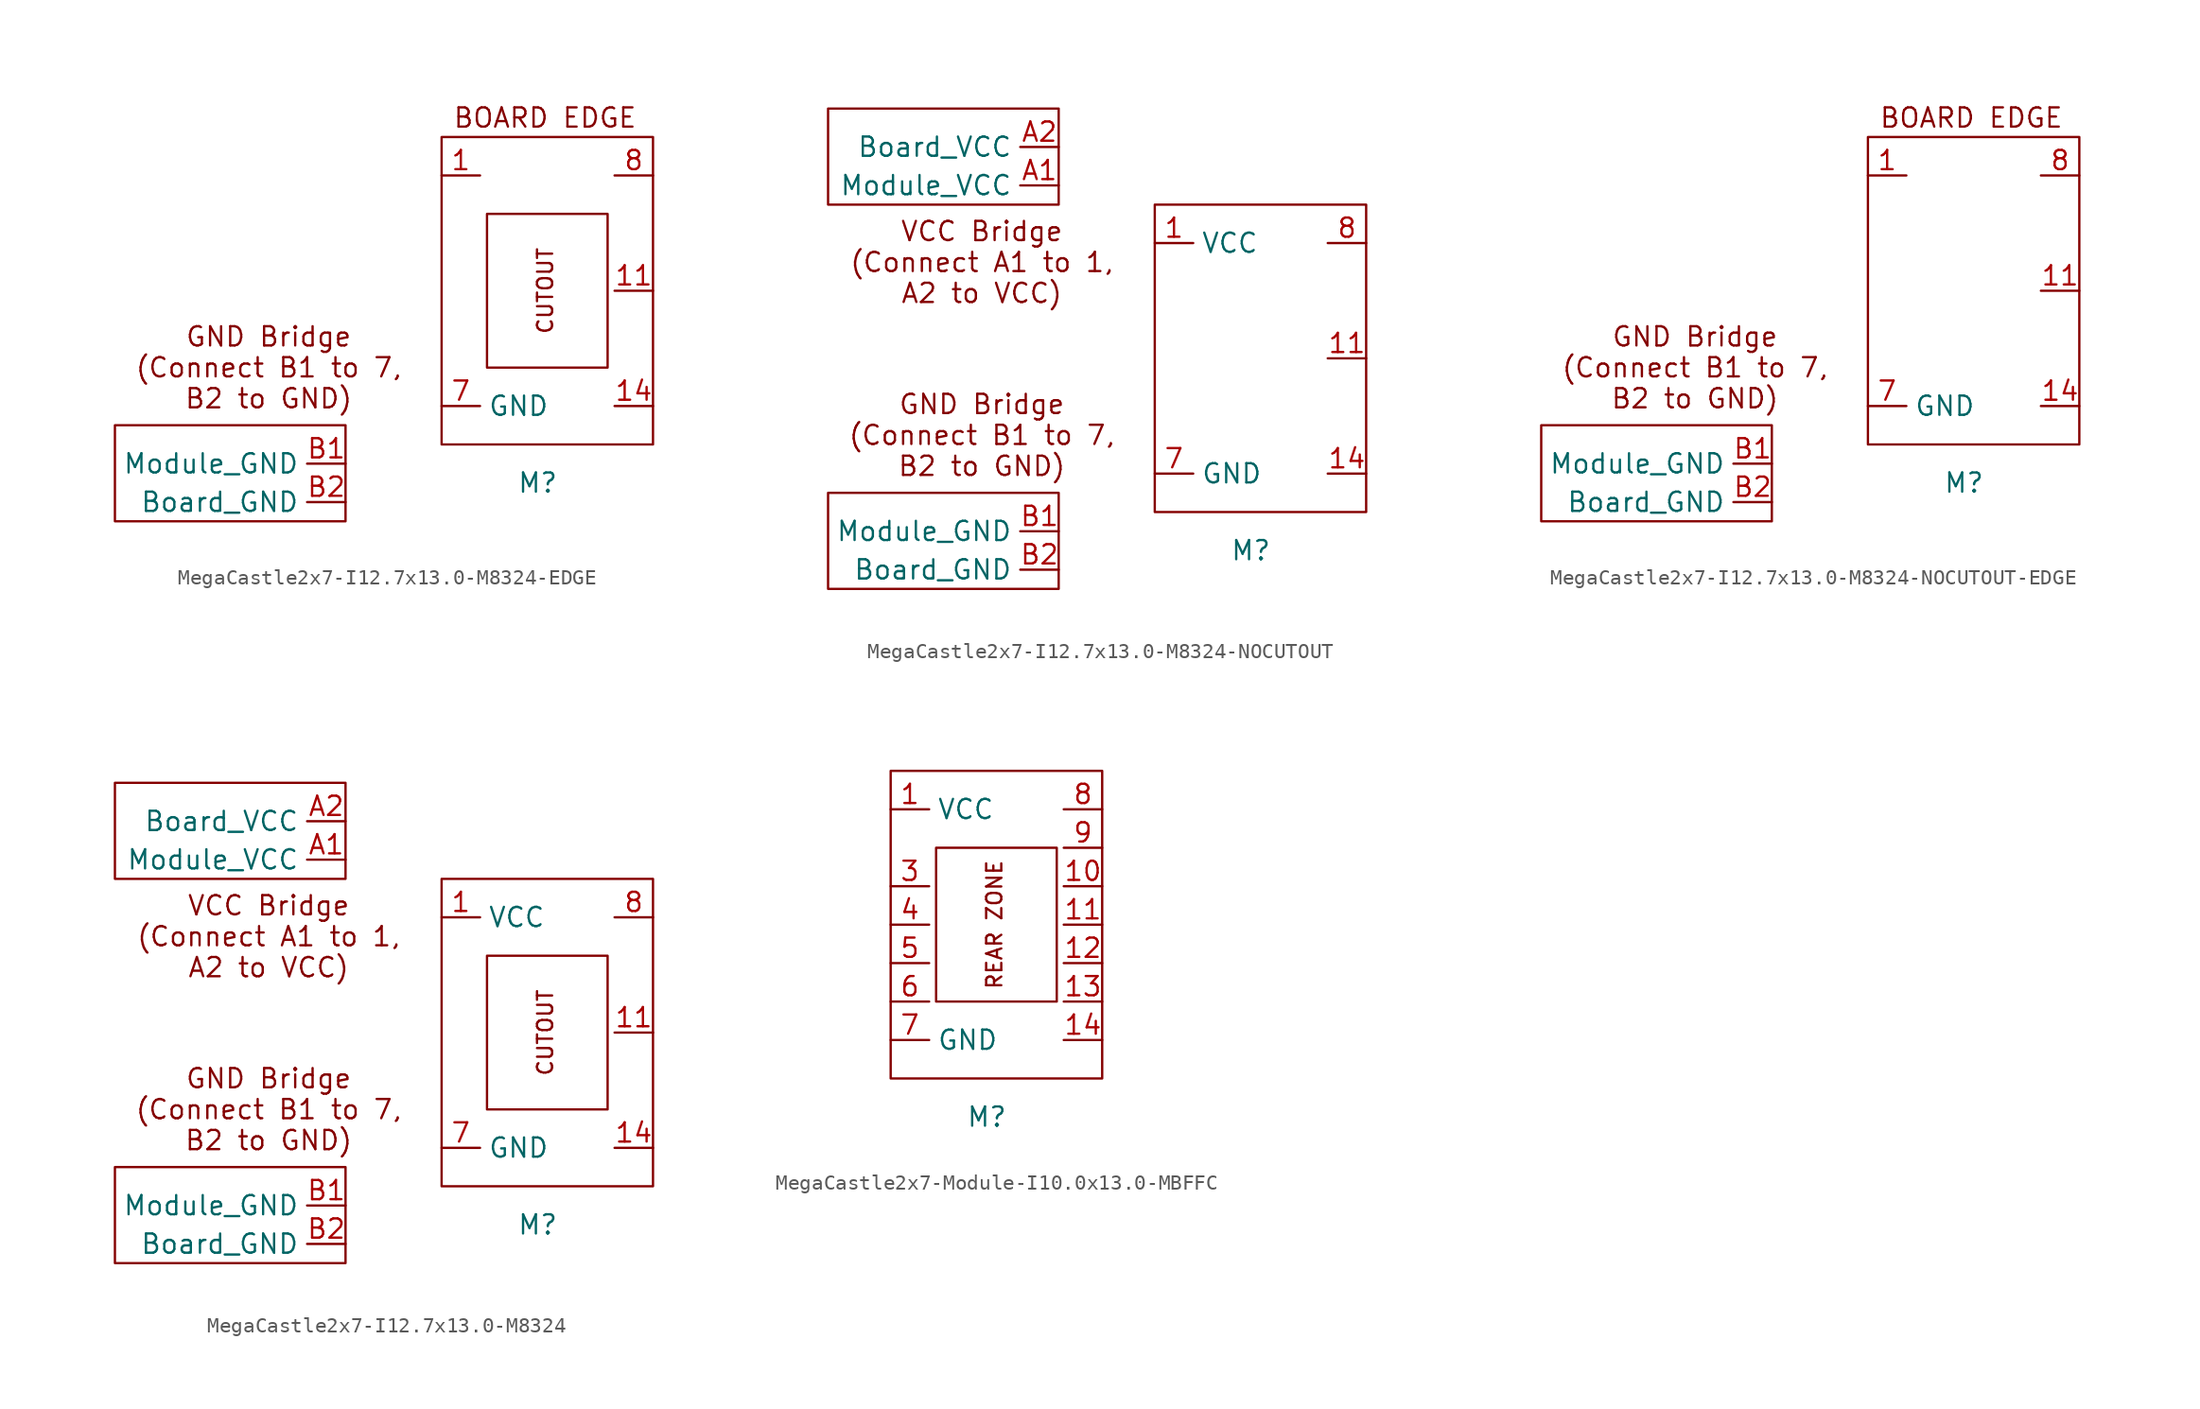
<source format=kicad_sym>
(kicad_symbol_lib
  (version 20231120)
  (generator "kicad_symbol_editor")
  (generator_version "8.0")
  (symbol "MegaCastle2x7-I12.7x13.0-M8324-EDGE"
    (property "Reference" "M"
      (at 0 -12.7 0)
      (effects (font (size 1.27 1.27))))
    (property "Value" ""
      (at 0 5.08 0)
      (effects (font (size 1.27 1.27))))
    (symbol "MegaCastle2x7-I12.7x13.0-M8324-EDGE_0_1"
      (rectangle (start -27.94 -8.89) (end -12.7 -15.24) (stroke (width 0) (type default)) (fill (type none)))
      (rectangle (start -6.35 10.16) (end 7.62 -10.16) (stroke (width 0) (type default)) (fill (type none)))
      (rectangle (start -3.35 5.08) (end 4.62 -5.08) (stroke (width 0) (type default)) (fill (type none))))
    (symbol "MegaCastle2x7-I12.7x13.0-M8324-EDGE_1_1"
      (text "GND Bridge\n(Connect B1 to 7,\nB2 to GND)" (at -17.78 -5.08 0) (effects (font (size 1.27 1.27))))
      (text " BOARD EDGE" (at 0 11.43 0) (effects (font (size 1.27 1.27))))
      (text "CUTOUT" (at 0.5 0 900) (effects (font (size 1 1))))
      (pin bidirectional line (at -6.35 7.62 0) (length 2.54) (name "" (effects (font (size 1.27 1.27)))) (number "1" (effects (font (size 1.27 1.27)))))
      (pin bidirectional line (at -6.35 -7.62 0) (length 2.54) (name "GND" (effects (font (size 1.27 1.27)))) (number "7" (effects (font (size 1.27 1.27)))))
      (pin bidirectional line (at 7.62 7.62 180) (length 2.54) (name "" (effects (font (size 1.27 1.27)))) (number "8" (effects (font (size 1.27 1.27)))))
      (pin bidirectional line (at 7.62 0 180) (length 2.54) (name "" (effects (font (size 1.27 1.27)))) (number "11" (effects (font (size 1.27 1.27)))))
      (pin bidirectional line (at 7.62 -7.62 180) (length 2.54) (name "" (effects (font (size 1.27 1.27)))) (number "14" (effects (font (size 1.27 1.27)))))
      (pin bidirectional line (at -12.7 -11.43 180) (length 2.54) (name "Module_GND" (effects (font (size 1.27 1.27)))) (number "B1" (effects (font (size 1.27 1.27)))))
      (pin bidirectional line (at -12.7 -13.97 180) (length 2.54) (name "Board_GND" (effects (font (size 1.27 1.27)))) (number "B2" (effects (font (size 1.27 1.27)))))))
  (symbol "MegaCastle2x7-I12.7x13.0-M8324-NOCUTOUT"
    (property "Reference" "M"
      (at 0 -12.7 0)
      (effects (font (size 1.27 1.27))))
    (property "Value" ""
      (at 0 5.08 0)
      (effects (font (size 1.27 1.27))))
    (symbol "MegaCastle2x7-I12.7x13.0-M8324-NOCUTOUT_0_1"
      (rectangle (start -27.94 16.51) (end -12.7 10.16) (stroke (width 0) (type default)) (fill (type none)))
      (rectangle (start -27.94 -8.89) (end -12.7 -15.24) (stroke (width 0) (type default)) (fill (type none)))
      (rectangle (start -6.35 10.16) (end 7.62 -10.16) (stroke (width 0) (type default)) (fill (type none))))
    (symbol "MegaCastle2x7-I12.7x13.0-M8324-NOCUTOUT_1_1"
      (text "GND Bridge\n(Connect B1 to 7,\nB2 to GND)" (at -17.78 -5.08 0) (effects (font (size 1.27 1.27))))
      (text "VCC Bridge\n(Connect A1 to 1,\nA2 to VCC)" (at -17.78 6.35 0) (effects (font (size 1.27 1.27))))
      (pin bidirectional line (at -6.35 7.62 0) (length 2.54) (name "VCC" (effects (font (size 1.27 1.27)))) (number "1" (effects (font (size 1.27 1.27)))))
      (pin bidirectional line (at -6.35 -7.62 0) (length 2.54) (name "GND" (effects (font (size 1.27 1.27)))) (number "7" (effects (font (size 1.27 1.27)))))
      (pin bidirectional line (at 7.62 7.62 180) (length 2.54) (name "" (effects (font (size 1.27 1.27)))) (number "8" (effects (font (size 1.27 1.27)))))
      (pin bidirectional line (at 7.62 0 180) (length 2.54) (name "" (effects (font (size 1.27 1.27)))) (number "11" (effects (font (size 1.27 1.27)))))
      (pin bidirectional line (at 7.62 -7.62 180) (length 2.54) (name "" (effects (font (size 1.27 1.27)))) (number "14" (effects (font (size 1.27 1.27)))))
      (pin bidirectional line (at -12.7 11.43 180) (length 2.54) (name "Module_VCC" (effects (font (size 1.27 1.27)))) (number "A1" (effects (font (size 1.27 1.27)))))
      (pin bidirectional line (at -12.7 13.97 180) (length 2.54) (name "Board_VCC" (effects (font (size 1.27 1.27)))) (number "A2" (effects (font (size 1.27 1.27)))))
      (pin bidirectional line (at -12.7 -11.43 180) (length 2.54) (name "Module_GND" (effects (font (size 1.27 1.27)))) (number "B1" (effects (font (size 1.27 1.27)))))
      (pin bidirectional line (at -12.7 -13.97 180) (length 2.54) (name "Board_GND" (effects (font (size 1.27 1.27)))) (number "B2" (effects (font (size 1.27 1.27)))))))
  (symbol "MegaCastle2x7-I12.7x13.0-M8324-NOCUTOUT-EDGE"
    (property "Reference" "M"
      (at 0 -12.7 0)
      (effects (font (size 1.27 1.27))))
    (property "Value" ""
      (at 0 5.08 0)
      (effects (font (size 1.27 1.27))))
    (symbol "MegaCastle2x7-I12.7x13.0-M8324-NOCUTOUT-EDGE_0_1"
      (rectangle (start -27.94 -8.89) (end -12.7 -15.24) (stroke (width 0) (type default)) (fill (type none)))
      (rectangle (start -6.35 10.16) (end 7.62 -10.16) (stroke (width 0) (type default)) (fill (type none))))
    (symbol "MegaCastle2x7-I12.7x13.0-M8324-NOCUTOUT-EDGE_1_1"
      (text "GND Bridge\n(Connect B1 to 7,\nB2 to GND)" (at -17.78 -5.08 0) (effects (font (size 1.27 1.27))))
      (text " BOARD EDGE" (at 0 11.43 0) (effects (font (size 1.27 1.27))))
      (pin bidirectional line (at -6.35 7.62 0) (length 2.54) (name "" (effects (font (size 1.27 1.27)))) (number "1" (effects (font (size 1.27 1.27)))))
      (pin bidirectional line (at -6.35 -7.62 0) (length 2.54) (name "GND" (effects (font (size 1.27 1.27)))) (number "7" (effects (font (size 1.27 1.27)))))
      (pin bidirectional line (at 7.62 7.62 180) (length 2.54) (name "" (effects (font (size 1.27 1.27)))) (number "8" (effects (font (size 1.27 1.27)))))
      (pin bidirectional line (at 7.62 0 180) (length 2.54) (name "" (effects (font (size 1.27 1.27)))) (number "11" (effects (font (size 1.27 1.27)))))
      (pin bidirectional line (at 7.62 -7.62 180) (length 2.54) (name "" (effects (font (size 1.27 1.27)))) (number "14" (effects (font (size 1.27 1.27)))))
      (pin bidirectional line (at -12.7 -11.43 180) (length 2.54) (name "Module_GND" (effects (font (size 1.27 1.27)))) (number "B1" (effects (font (size 1.27 1.27)))))
      (pin bidirectional line (at -12.7 -13.97 180) (length 2.54) (name "Board_GND" (effects (font (size 1.27 1.27)))) (number "B2" (effects (font (size 1.27 1.27)))))))
  (symbol "MegaCastle2x7-I12.7x13.0-M8324"
    (property "Reference" "M"
      (at 0 -12.7 0)
      (effects (font (size 1.27 1.27))))
    (property "Value" ""
      (at 0 5.08 0)
      (effects (font (size 1.27 1.27))))
    (symbol "MegaCastle2x7-I12.7x13.0-M8324_0_1"
      (rectangle (start -27.94 16.51) (end -12.7 10.16) (stroke (width 0) (type default)) (fill (type none)))
      (rectangle (start -27.94 -8.89) (end -12.7 -15.24) (stroke (width 0) (type default)) (fill (type none)))
      (rectangle (start -6.35 10.16) (end 7.62 -10.16) (stroke (width 0) (type default)) (fill (type none)))
      (rectangle (start -3.35 5.08) (end 4.62 -5.08) (stroke (width 0) (type default)) (fill (type none))))
    (symbol "MegaCastle2x7-I12.7x13.0-M8324_1_1"
      (text "GND Bridge\n(Connect B1 to 7,\nB2 to GND)" (at -17.78 -5.08 0) (effects (font (size 1.27 1.27))))
      (text "VCC Bridge\n(Connect A1 to 1,\nA2 to VCC)" (at -17.78 6.35 0) (effects (font (size 1.27 1.27))))
      (text "CUTOUT" (at 0.5 0 900) (effects (font (size 1 1))))
      (pin bidirectional line (at -6.35 7.62 0) (length 2.54) (name "VCC" (effects (font (size 1.27 1.27)))) (number "1" (effects (font (size 1.27 1.27)))))
      (pin bidirectional line (at -6.35 -7.62 0) (length 2.54) (name "GND" (effects (font (size 1.27 1.27)))) (number "7" (effects (font (size 1.27 1.27)))))
      (pin bidirectional line (at 7.62 7.62 180) (length 2.54) (name "" (effects (font (size 1.27 1.27)))) (number "8" (effects (font (size 1.27 1.27)))))
      (pin bidirectional line (at 7.62 0 180) (length 2.54) (name "" (effects (font (size 1.27 1.27)))) (number "11" (effects (font (size 1.27 1.27)))))
      (pin bidirectional line (at 7.62 -7.62 180) (length 2.54) (name "" (effects (font (size 1.27 1.27)))) (number "14" (effects (font (size 1.27 1.27)))))
      (pin bidirectional line (at -12.7 11.43 180) (length 2.54) (name "Module_VCC" (effects (font (size 1.27 1.27)))) (number "A1" (effects (font (size 1.27 1.27)))))
      (pin bidirectional line (at -12.7 13.97 180) (length 2.54) (name "Board_VCC" (effects (font (size 1.27 1.27)))) (number "A2" (effects (font (size 1.27 1.27)))))
      (pin bidirectional line (at -12.7 -11.43 180) (length 2.54) (name "Module_GND" (effects (font (size 1.27 1.27)))) (number "B1" (effects (font (size 1.27 1.27)))))
      (pin bidirectional line (at -12.7 -13.97 180) (length 2.54) (name "Board_GND" (effects (font (size 1.27 1.27)))) (number "B2" (effects (font (size 1.27 1.27)))))))
  (symbol "MegaCastle2x7-Module-I10.0x13.0-MBFFC"
    (property "Reference" "M"
      (at 0 -12.7 0)
      (effects (font (size 1.27 1.27))))
    (property "Value" ""
      (at 0 5.08 0)
      (effects (font (size 1.27 1.27))))
    (symbol "MegaCastle2x7-Module-I10.0x13.0-MBFFC_0_1"
      (rectangle (start -6.35 10.16) (end 7.62 -10.16) (stroke (width 0) (type default)) (fill (type none)))
      (rectangle (start -3.35 5.08) (end 4.62 -5.08) (stroke (width 0) (type default)) (fill (type none))))
    (symbol "MegaCastle2x7-Module-I10.0x13.0-MBFFC_1_1"
      (text "REAR ZONE" (at 0.5 0 900) (effects (font (size 1 1))))
      (pin bidirectional line (at -6.35 7.62 0) (length 2.54) (name "VCC" (effects (font (size 1.27 1.27)))) (number "1" (effects (font (size 1.27 1.27)))))
      (pin bidirectional line (at -6.35 2.54 0) (length 2.54) (name "" (effects (font (size 1.27 1.27)))) (number "3" (effects (font (size 1.27 1.27)))))
      (pin bidirectional line (at -6.35 0 0) (length 2.54) (name "" (effects (font (size 1.27 1.27)))) (number "4" (effects (font (size 1.27 1.27)))))
      (pin bidirectional line (at -6.35 -2.54 0) (length 2.54) (name "" (effects (font (size 1.27 1.27)))) (number "5" (effects (font (size 1.27 1.27)))))
      (pin bidirectional line (at -6.35 -5.08 0) (length 2.54) (name "" (effects (font (size 1.27 1.27)))) (number "6" (effects (font (size 1.27 1.27)))))
      (pin bidirectional line (at -6.35 -7.62 0) (length 2.54) (name "GND" (effects (font (size 1.27 1.27)))) (number "7" (effects (font (size 1.27 1.27)))))
      (pin bidirectional line (at 7.62 7.62 180) (length 2.54) (name "" (effects (font (size 1.27 1.27)))) (number "8" (effects (font (size 1.27 1.27)))))
      (pin bidirectional line (at 7.62 5.08 180) (length 2.54) (name "" (effects (font (size 1.27 1.27)))) (number "9" (effects (font (size 1.27 1.27)))))
      (pin bidirectional line (at 7.62 2.54 180) (length 2.54) (name "" (effects (font (size 1.27 1.27)))) (number "10" (effects (font (size 1.27 1.27)))))
      (pin bidirectional line (at 7.62 0 180) (length 2.54) (name "" (effects (font (size 1.27 1.27)))) (number "11" (effects (font (size 1.27 1.27)))))
      (pin bidirectional line (at 7.62 -2.54 180) (length 2.54) (name "" (effects (font (size 1.27 1.27)))) (number "12" (effects (font (size 1.27 1.27)))))
      (pin bidirectional line (at 7.62 -5.08 180) (length 2.54) (name "" (effects (font (size 1.27 1.27)))) (number "13" (effects (font (size 1.27 1.27)))))
      (pin bidirectional line (at 7.62 -7.62 180) (length 2.54) (name "" (effects (font (size 1.27 1.27)))) (number "14" (effects (font (size 1.27 1.27))))))))
</source>
